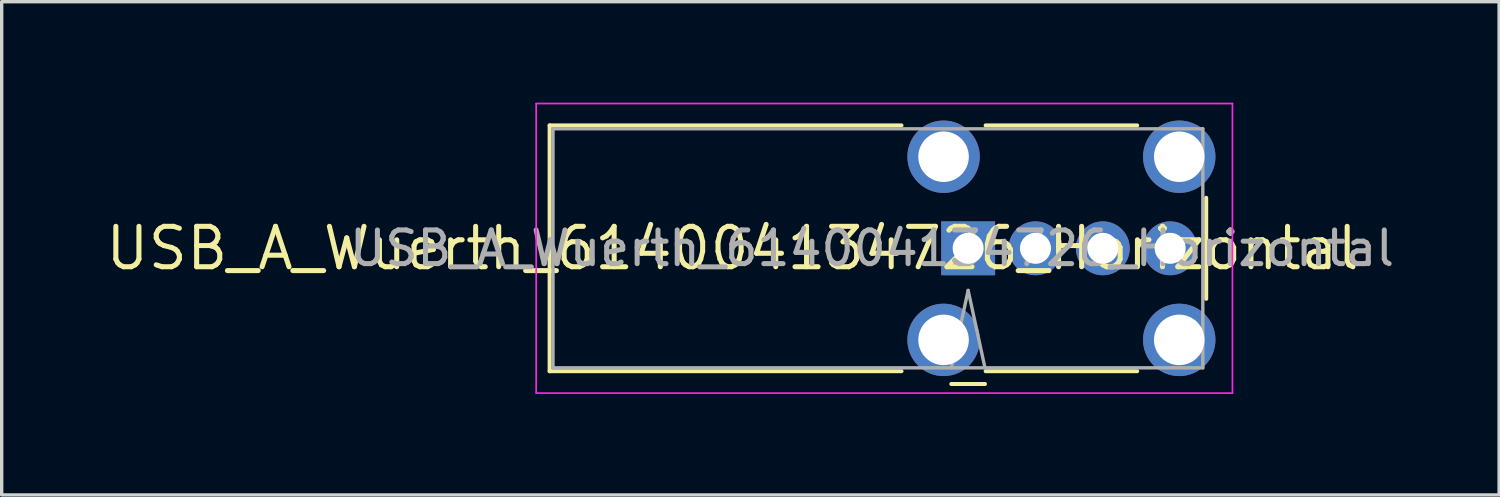
<source format=kicad_pcb>
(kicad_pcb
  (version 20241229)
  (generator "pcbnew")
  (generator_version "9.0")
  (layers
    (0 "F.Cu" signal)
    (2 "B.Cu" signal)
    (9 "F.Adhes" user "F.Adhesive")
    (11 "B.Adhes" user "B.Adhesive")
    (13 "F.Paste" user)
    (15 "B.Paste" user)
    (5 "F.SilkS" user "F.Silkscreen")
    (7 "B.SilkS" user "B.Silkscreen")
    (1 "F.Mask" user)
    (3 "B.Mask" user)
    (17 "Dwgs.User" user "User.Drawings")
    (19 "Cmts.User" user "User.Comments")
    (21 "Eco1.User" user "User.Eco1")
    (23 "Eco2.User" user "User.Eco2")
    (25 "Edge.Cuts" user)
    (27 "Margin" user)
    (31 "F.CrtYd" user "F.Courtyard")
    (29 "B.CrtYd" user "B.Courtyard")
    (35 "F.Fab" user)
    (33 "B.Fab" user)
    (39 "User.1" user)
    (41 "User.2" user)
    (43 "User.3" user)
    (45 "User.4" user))
  (footprint "USB_A_Wuerth_614004134726_Horizontal"
    (layer "F.Cu")
    (at 25.705 4.325)
    (property "Reference" "USB_A_Wuerth_614004134726_Horizontal" (at -7 0 0) (unlocked yes) (layer "F.SilkS") (effects (font (size 1.2 1.2) (thickness 0.15))))
    (attr through_hole)
    (fp_line (start -12.43 -3.65) (end -12.43 3.65) (stroke (width 0.12) (type solid)) (layer "F.SilkS"))
    (fp_line (start -12.43 -3.65) (end -1.98 -3.65) (stroke (width 0.12) (type solid)) (layer "F.SilkS"))
    (fp_line (start -12.43 3.65) (end -1.98 3.65) (stroke (width 0.12) (type solid)) (layer "F.SilkS"))
    (fp_line (start -0.5 4.03) (end 0.5 4.03) (stroke (width 0.12) (type solid)) (layer "F.SilkS"))
    (fp_line (start 0.52 -3.65) (end 5.02 -3.65) (stroke (width 0.12) (type solid)) (layer "F.SilkS"))
    (fp_line (start 0.52 3.65) (end 5.02 3.65) (stroke (width 0.12) (type solid)) (layer "F.SilkS"))
    (fp_line (start 7.07 -1.5) (end 7.07 1.5) (stroke (width 0.12) (type solid)) (layer "F.SilkS"))
    (fp_line (start -12.83 -4.3) (end 7.85 -4.3) (stroke (width 0.05) (type solid)) (layer "F.CrtYd"))
    (fp_line (start -12.83 4.3) (end -12.83 -4.3) (stroke (width 0.05) (type solid)) (layer "F.CrtYd"))
    (fp_line (start 7.85 -4.3) (end 7.85 4.3) (stroke (width 0.05) (type solid)) (layer "F.CrtYd"))
    (fp_line (start 7.85 4.3) (end -12.83 4.3) (stroke (width 0.05) (type solid)) (layer "F.CrtYd"))
    (fp_line (start -12.33 -3.55) (end 6.97 -3.55) (stroke (width 0.1) (type solid)) (layer "F.Fab"))
    (fp_line (start -12.33 3.55) (end -12.33 -3.55) (stroke (width 0.1) (type solid)) (layer "F.Fab"))
    (fp_line (start -0.5 3.55) (end 0 1.25) (stroke (width 0.1) (type solid)) (layer "F.Fab"))
    (fp_line (start 0 1.25) (end 0.5 3.55) (stroke (width 0.1) (type solid)) (layer "F.Fab"))
    (fp_line (start 6.97 -3.55) (end 6.97 3.55) (stroke (width 0.1) (type solid)) (layer "F.Fab"))
    (fp_line (start 6.97 3.55) (end -12.33 3.55) (stroke (width 0.1) (type solid)) (layer "F.Fab"))
    (fp_text user "${REFERENCE}" (at -2.855 0 0) (layer "F.Fab") (effects (font (size 1 1) (thickness 0.15))))
    (pad "1" thru_hole rect (at 0 0) (size 1.6 1.6) (drill 0.92) (layers "*.Cu" "*.Mask"))
    (pad "2" thru_hole circle (at 2 0) (size 1.6 1.6) (drill 0.92) (layers "*.Cu" "*.Mask"))
    (pad "3" thru_hole circle (at 4 0) (size 1.6 1.6) (drill 0.92) (layers "*.Cu" "*.Mask"))
    (pad "4" thru_hole circle (at 6 0) (size 1.6 1.6) (drill 0.92) (layers "*.Cu" "*.Mask"))
    (pad "5" thru_hole circle (at -0.73 -2.72) (size 2.15 2.15) (drill 1.5) (layers "*.Cu" "*.Mask"))
    (pad "5" thru_hole circle (at -0.73 2.72) (size 2.15 2.15) (drill 1.5) (layers "*.Cu" "*.Mask"))
    (pad "5" thru_hole circle (at 6.27 -2.72) (size 2.15 2.15) (drill 1.5) (layers "*.Cu" "*.Mask"))
    (pad "5" thru_hole circle (at 6.27 2.72) (size 2.15 2.15) (drill 1.5) (layers "*.Cu" "*.Mask")))
  (gr_rect
    (start -3 -3)
    (end 41.475 11.65)
    (stroke (width 0.1) (type default))
    (fill no)
    (layer "Edge.Cuts")))
</source>
